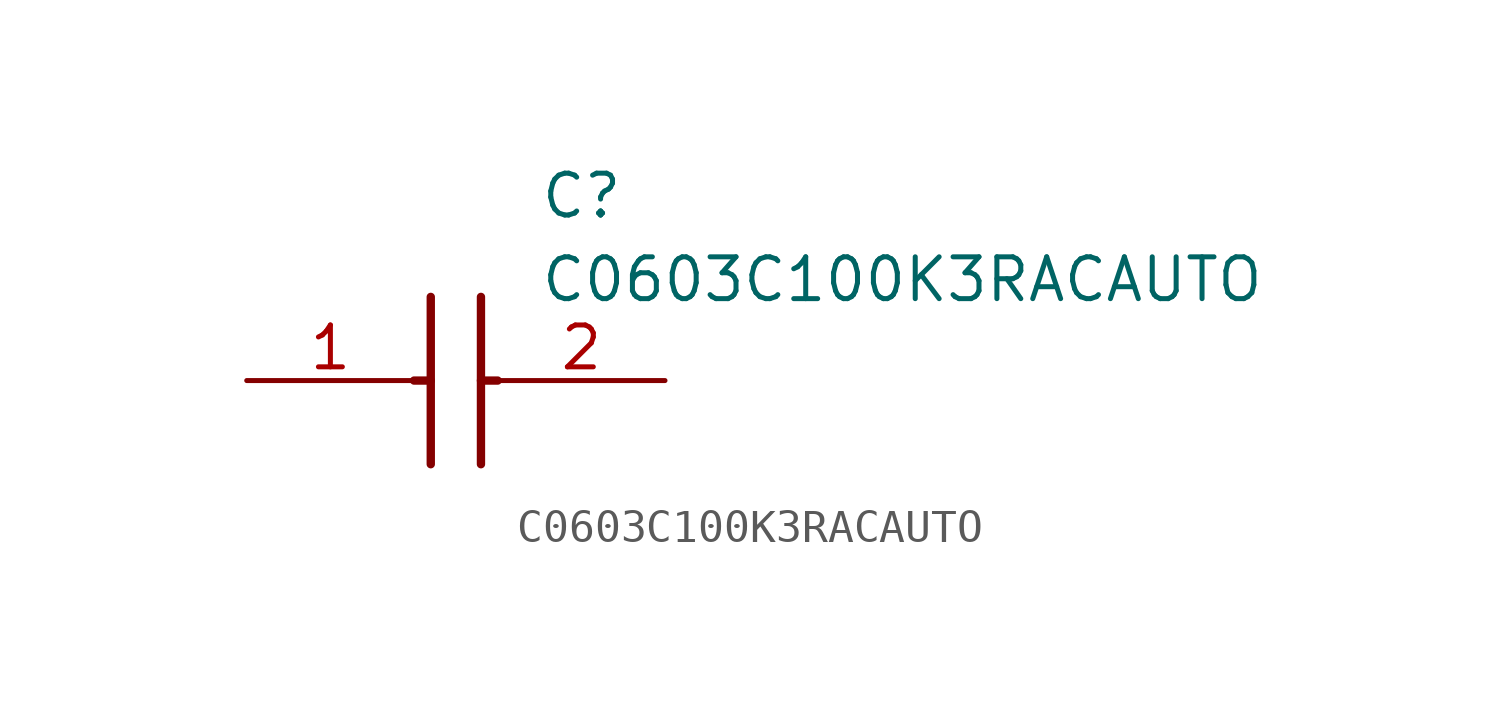
<source format=kicad_sym>
(kicad_symbol_lib
  (version 20211014)
  (generator SamacSys_ECAD_Model)
  (symbol "C0603C100K3RACAUTO"
    (pin_names hide)
    (property "Reference" "C"
      (at 8.89 6.35 0)
      (effects (font (size 1.27 1.27)) (justify left top)))
    (property "Value" "C0603C100K3RACAUTO"
      (at 8.89 3.81 0)
      (effects (font (size 1.27 1.27)) (justify left top)))
    (polyline
      (pts (xy 5.588 2.54) (xy 5.588 -2.54))
      (stroke (width 0.254) (type default))
      (fill (type none)))
    (polyline
      (pts (xy 7.112 2.54) (xy 7.112 -2.54))
      (stroke (width 0.254) (type default))
      (fill (type none)))
    (polyline
      (pts (xy 5.08 0) (xy 5.588 0))
      (stroke (width 0.254) (type default))
      (fill (type none)))
    (polyline
      (pts (xy 7.112 0) (xy 7.62 0))
      (stroke (width 0.254) (type default))
      (fill (type none)))
    (pin passive line
      (at 0 0 0)
      (length 5.08)
      (name "1" (effects (font (size 1.27 1.27))))
      (number "1" (effects (font (size 1.27 1.27)))))
    (pin passive line
      (at 12.7 0 180)
      (length 5.08)
      (name "2" (effects (font (size 1.27 1.27))))
      (number "2" (effects (font (size 1.27 1.27)))))))
</source>
